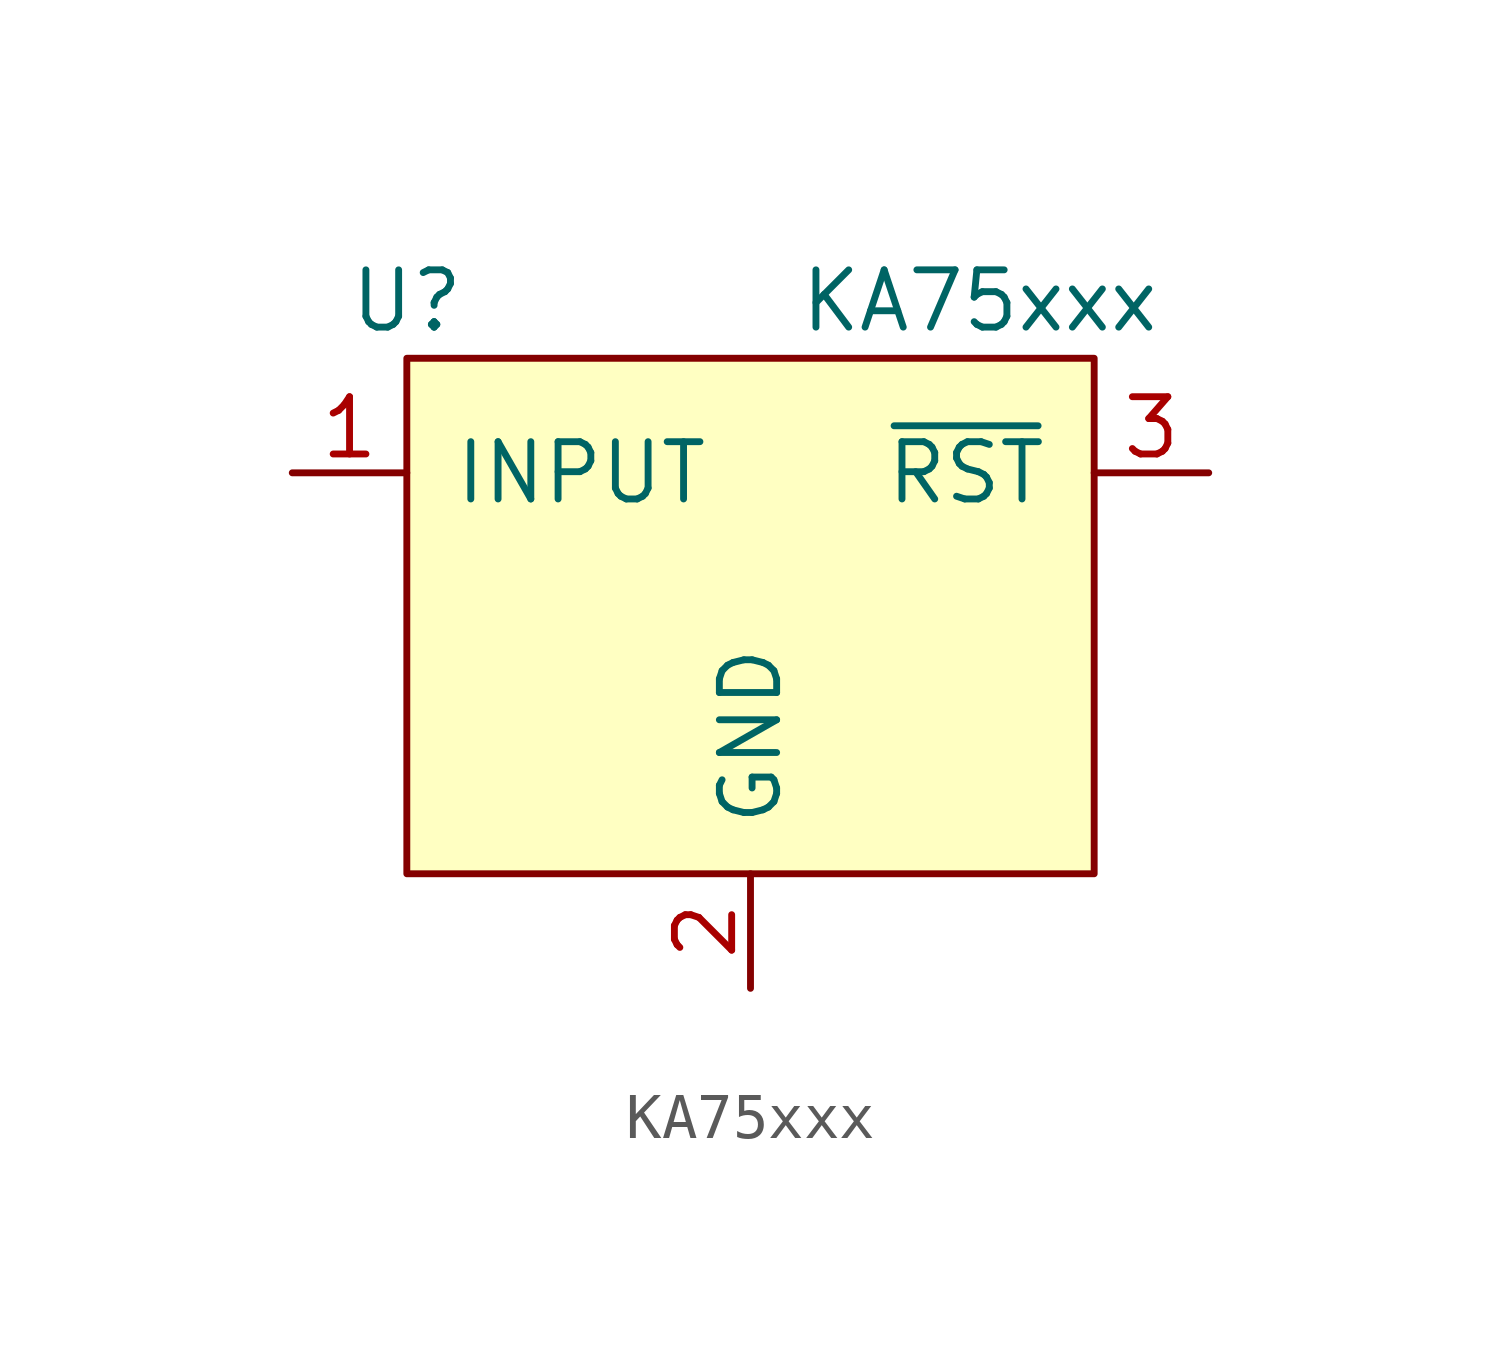
<source format=kicad_sym>
(kicad_symbol_lib
  (version 20211014)
  (generator kicad_symbol_editor)
  (symbol "KA75xxx"
    (pin_names
      (offset 1.016))
    (property "Reference" "U"
      (at -7.62 7.62 0)
      (effects (font (size 1.27 1.27))))
    (property "Value" "KA75xxx"
      (at 5.08 7.62 0)
      (effects (font (size 1.27 1.27))))
    (symbol "KA75xxx_0_1"
      (rectangle (start -7.62 -5.08) (end 7.62 6.35) (stroke (width 0) (type default) (color 0 0 0 0)) (fill (type background))))
    (symbol "KA75xxx_1_1"
      (pin power_in line (at -10.16 3.81 0) (length 2.54) (name "INPUT" (effects (font (size 1.27 1.27)))) (number "1" (effects (font (size 1.27 1.27)))))
      (pin power_in line (at 0 -7.62 90) (length 2.54) (name "GND" (effects (font (size 1.27 1.27)))) (number "2" (effects (font (size 1.27 1.27)))))
      (pin open_collector line (at 10.16 3.81 180) (length 2.54) (name "~{RST}" (effects (font (size 1.27 1.27)))) (number "3" (effects (font (size 1.27 1.27))))))))
</source>
